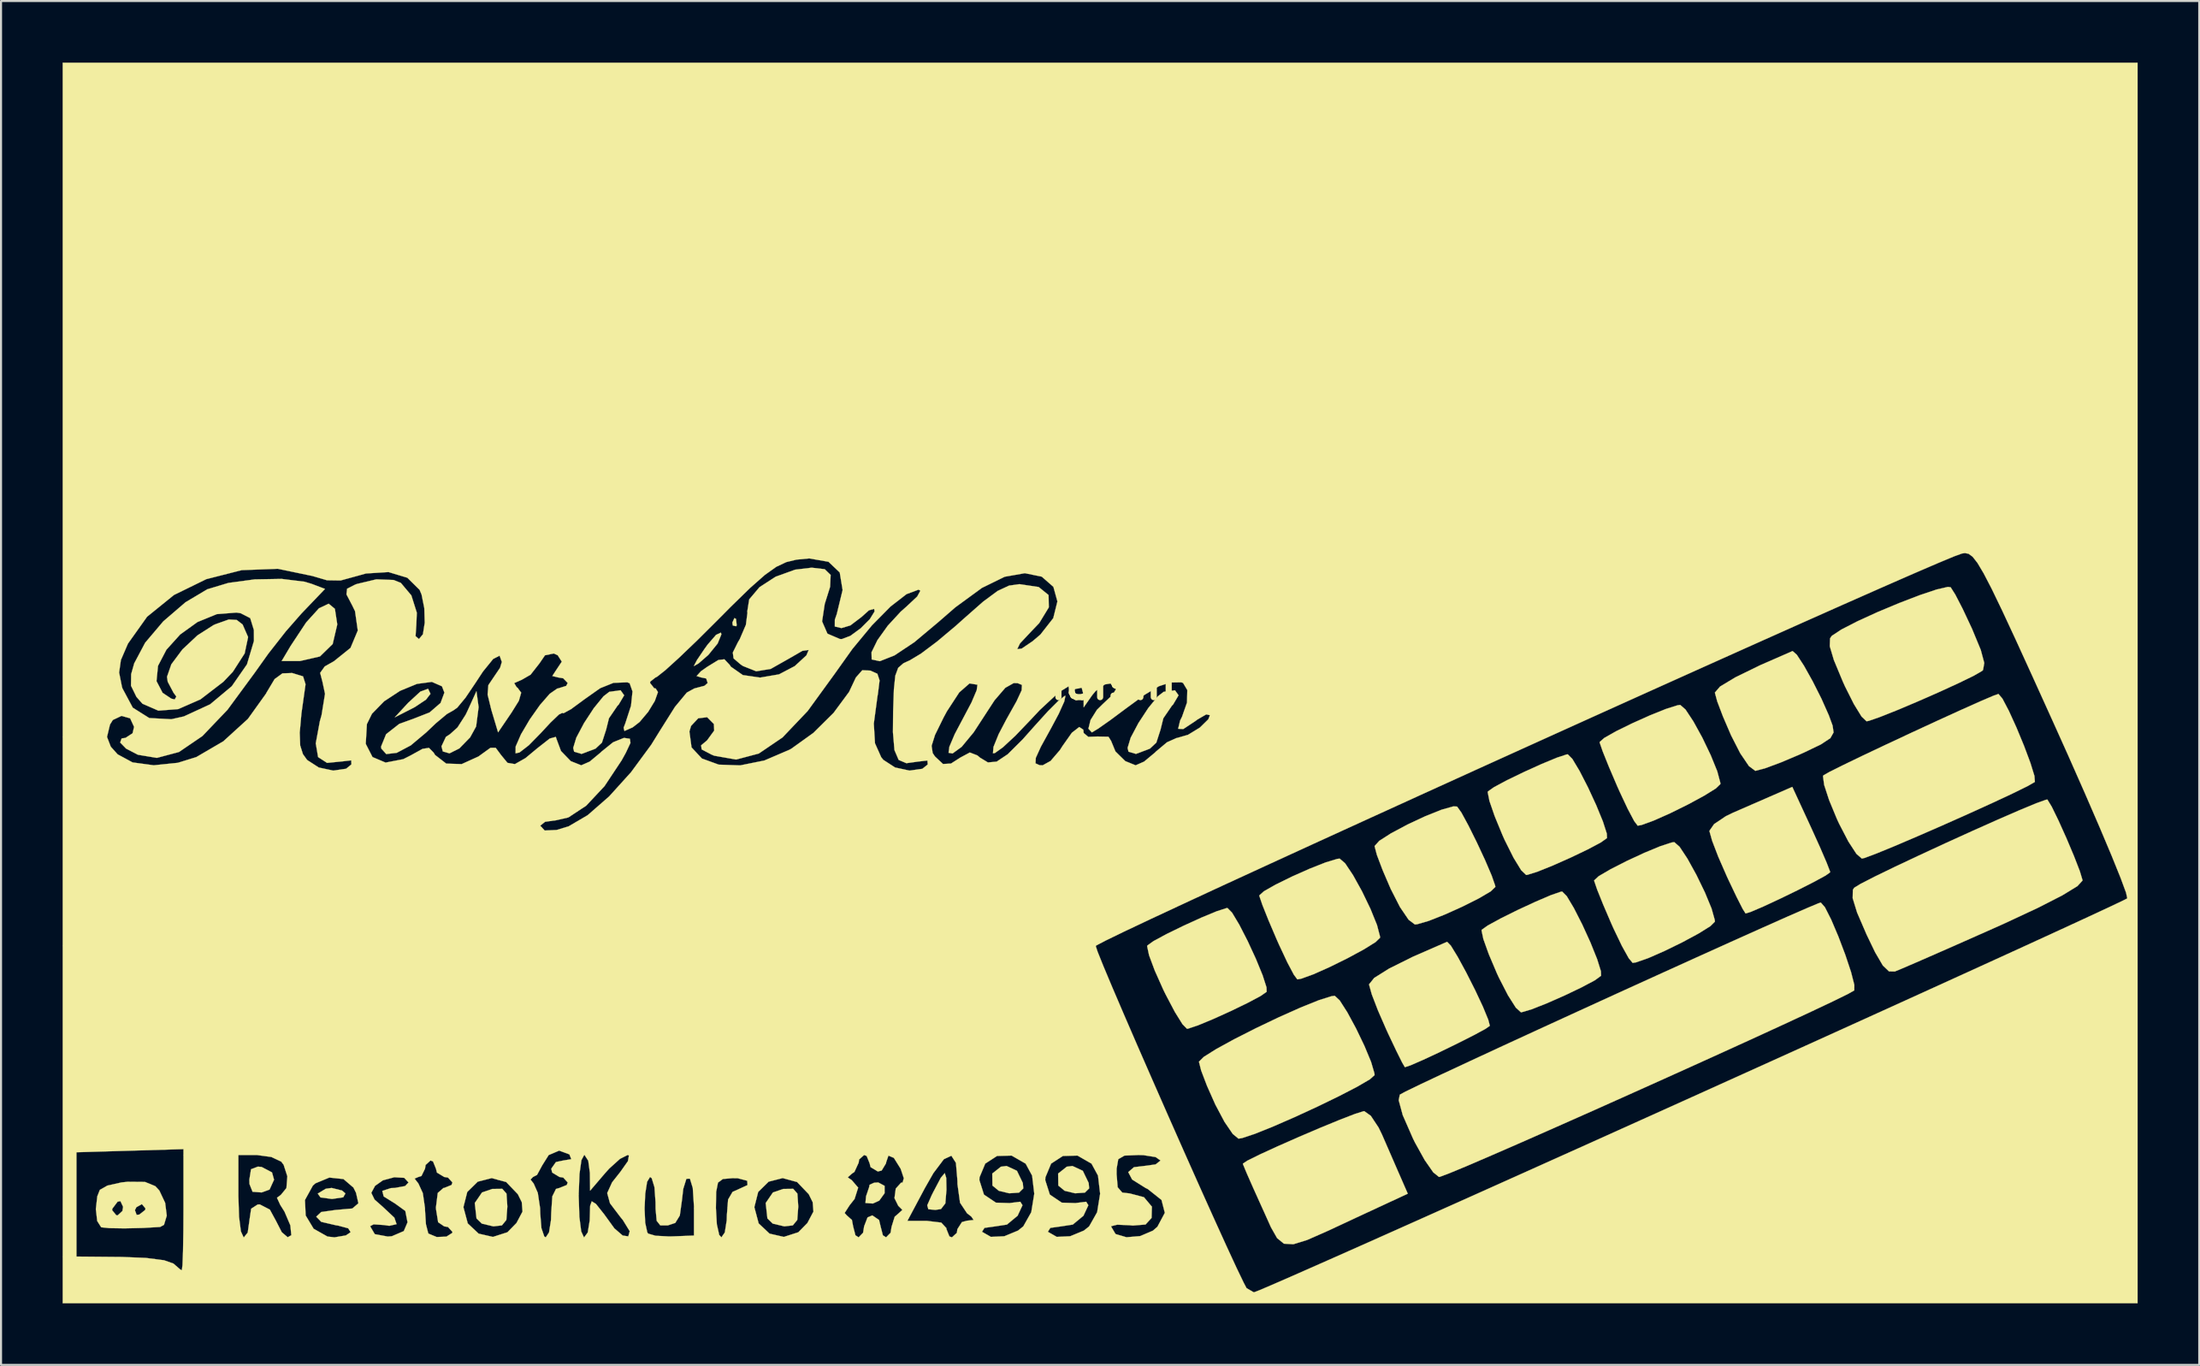
<source format=kicad_pcb>
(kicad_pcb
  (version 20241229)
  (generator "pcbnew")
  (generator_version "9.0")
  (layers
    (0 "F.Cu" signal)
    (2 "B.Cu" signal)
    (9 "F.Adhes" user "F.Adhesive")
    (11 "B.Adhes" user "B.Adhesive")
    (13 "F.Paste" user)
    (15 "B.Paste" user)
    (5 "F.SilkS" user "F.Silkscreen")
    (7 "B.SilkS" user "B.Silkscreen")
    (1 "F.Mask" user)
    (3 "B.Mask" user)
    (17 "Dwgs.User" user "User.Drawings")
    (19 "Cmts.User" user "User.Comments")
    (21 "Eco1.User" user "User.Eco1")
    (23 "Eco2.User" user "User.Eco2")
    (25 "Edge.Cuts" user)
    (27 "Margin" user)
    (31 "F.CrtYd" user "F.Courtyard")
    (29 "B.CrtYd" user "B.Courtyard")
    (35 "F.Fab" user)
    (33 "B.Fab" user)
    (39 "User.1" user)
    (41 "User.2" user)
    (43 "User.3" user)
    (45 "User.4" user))
  (footprint "meishi"
    (layer "F.Cu")
    (at 50.538 30.218)
    (property "Reference" "meishi" (at 0 0 0) (layer "F.SilkS") (effects (font (size 1.524 1.524) (thickness 0.3))))
    (attr through_hole)
    (fp_poly (pts (xy -17.735 -3.119) (xy -17.703 -2.802) (xy -17.735 -2.763) (xy -17.894 -2.8) (xy -17.914 -2.941) (xy -17.816 -3.161) (xy -17.735 -3.119)) (stroke (width 0.01) (type solid)) (fill yes) (layer "F.SilkS"))
    (fp_poly (pts (xy -32.619 0.528) (xy -32.835 0.809) (xy -33.366 1.165) (xy -33.488 1.23) (xy -34.357 1.672) (xy -33.709 0.97) (xy -33.113 0.421) (xy -32.736 0.283) (xy -32.619 0.528)) (stroke (width 0.01) (type solid)) (fill yes) (layer "F.SilkS"))
    (fp_poly (pts (xy -40.841 23.577) (xy -40.338 23.842) (xy -40.239 24.197) (xy -40.457 24.675) (xy -40.841 24.817) (xy -41.286 24.784) (xy -41.435 24.41) (xy -41.442 24.197) (xy -41.36 23.686) (xy -41.023 23.559) (xy -40.841 23.577)) (stroke (width 0.01) (type solid)) (fill yes) (layer "F.SilkS"))
    (fp_poly (pts (xy -36.926 24.724) (xy -36.763 24.865) (xy -36.869 25.054) (xy -37.392 25.132) (xy -37.432 25.133) (xy -37.975 25.061) (xy -38.107 24.878) (xy -38.1 24.865) (xy -37.722 24.638) (xy -37.432 24.598) (xy -36.926 24.724)) (stroke (width 0.01) (type solid)) (fill yes) (layer "F.SilkS"))
    (fp_poly (pts (xy -10.5 24.495) (xy -10.5 24.856) (xy -10.758 25.214) (xy -11.071 25.357) (xy -11.432 25.33) (xy -11.402 25.004) (xy -11.254 24.565) (xy -11.229 24.442) (xy -11.01 24.344) (xy -10.809 24.331) (xy -10.5 24.495)) (stroke (width 0.01) (type solid)) (fill yes) (layer "F.SilkS"))
    (fp_poly (pts (xy -7.497 24.108) (xy -7.486 24.687) (xy -7.54 25.35) (xy -7.753 25.626) (xy -8.028 25.667) (xy -8.368 25.635) (xy -8.422 25.444) (xy -8.206 24.953) (xy -8.128 24.798) (xy -7.76 24.101) (xy -7.569 23.875) (xy -7.497 24.108)) (stroke (width 0.01) (type solid)) (fill yes) (layer "F.SilkS"))
    (fp_poly (pts (xy -4.053 23.763) (xy -3.767 24.354) (xy -3.743 24.62) (xy -3.953 24.826) (xy -4.428 24.858) (xy -4.935 24.737) (xy -5.243 24.484) (xy -5.246 24.477) (xy -5.254 23.897) (xy -4.835 23.564) (xy -4.558 23.528) (xy -4.053 23.763)) (stroke (width 0.01) (type solid)) (fill yes) (layer "F.SilkS"))
    (fp_poly (pts (xy -0.844 23.763) (xy -0.559 24.354) (xy -0.535 24.62) (xy -0.745 24.826) (xy -1.219 24.858) (xy -1.727 24.737) (xy -2.034 24.484) (xy -2.037 24.477) (xy -2.046 23.897) (xy -1.626 23.564) (xy -1.35 23.528) (xy -0.844 23.763)) (stroke (width 0.01) (type solid)) (fill yes) (layer "F.SilkS"))
    (fp_poly (pts (xy -37.276 -3.612) (xy -37.164 -2.881) (xy -37.164 -2.833) (xy -37.383 -1.897) (xy -38.004 -1.292) (xy -38.972 -1.07) (xy -39.005 -1.069) (xy -39.868 -1.069) (xy -39.431 -1.805) (xy -38.675 -2.948) (xy -38.051 -3.637) (xy -37.579 -3.861) (xy -37.276 -3.612)) (stroke (width 0.01) (type solid)) (fill yes) (layer "F.SilkS"))
    (fp_poly (pts (xy -28.917 24.873) (xy -28.876 25.49) (xy -28.876 25.516) (xy -28.923 26.156) (xy -29.139 26.421) (xy -29.553 26.469) (xy -30.12 26.334) (xy -30.377 26.084) (xy -30.462 25.332) (xy -30.109 24.817) (xy -29.609 24.647) (xy -29.121 24.641) (xy -28.917 24.873)) (stroke (width 0.01) (type solid)) (fill yes) (layer "F.SilkS"))
    (fp_poly (pts (xy -18.448 -2.371) (xy -18.631 -1.922) (xy -19.074 -1.378) (xy -19.117 -1.337) (xy -19.559 -0.954) (xy -19.78 -0.826) (xy -19.785 -0.837) (xy -19.641 -1.112) (xy -19.28 -1.647) (xy -19.117 -1.872) (xy -18.71 -2.342) (xy -18.476 -2.453) (xy -18.448 -2.371)) (stroke (width 0.01) (type solid)) (fill yes) (layer "F.SilkS"))
    (fp_poly (pts (xy -14.747 24.873) (xy -14.705 25.49) (xy -14.705 25.516) (xy -14.753 26.156) (xy -14.969 26.421) (xy -15.382 26.469) (xy -15.949 26.334) (xy -16.207 26.084) (xy -16.291 25.332) (xy -15.938 24.817) (xy -15.438 24.647) (xy -14.95 24.641) (xy -14.747 24.873)) (stroke (width 0.01) (type solid)) (fill yes) (layer "F.SilkS"))
    (fp_poly (pts (xy -30.275 1.177) (xy -30.396 2.119) (xy -30.687 2.648) (xy -31.211 3.186) (xy -31.694 3.428) (xy -32.018 3.335) (xy -32.084 3.086) (xy -31.867 2.625) (xy -31.673 2.499) (xy -31.304 2.168) (xy -30.905 1.545) (xy -30.821 1.371) (xy -30.38 0.401) (xy -30.275 1.177)) (stroke (width 0.01) (type solid)) (fill yes) (layer "F.SilkS"))
    (fp_poly (pts (xy -23.184 0.601) (xy -23.454 1.055) (xy -23.508 1.108) (xy -23.926 1.72) (xy -24.063 2.274) (xy -24.267 2.905) (xy -24.58 3.199) (xy -25.259 3.455) (xy -25.621 3.349) (xy -25.667 3.165) (xy -25.516 2.665) (xy -25.141 1.957) (xy -24.661 1.224) (xy -24.193 0.65) (xy -23.912 0.432) (xy -23.36 0.355) (xy -23.184 0.601)) (stroke (width 0.01) (type solid)) (fill yes) (layer "F.SilkS"))
    (fp_poly (pts (xy 3.82 0.601) (xy 3.551 1.055) (xy 3.496 1.108) (xy 3.078 1.72) (xy 2.941 2.274) (xy 2.737 2.905) (xy 2.424 3.199) (xy 1.746 3.455) (xy 1.383 3.349) (xy 1.337 3.165) (xy 1.488 2.665) (xy 1.863 1.957) (xy 2.343 1.224) (xy 2.811 0.65) (xy 3.092 0.432) (xy 3.644 0.355) (xy 3.82 0.601)) (stroke (width 0.01) (type solid)) (fill yes) (layer "F.SilkS"))
    (fp_poly (pts (xy 33.932 -1.378) (xy 34.281 -0.844) (xy 34.705 -0.086) (xy 35.133 0.763) (xy 35.493 1.572) (xy 35.678 2.075) (xy 35.726 2.41) (xy 35.569 2.688) (xy 35.113 2.99) (xy 34.268 3.396) (xy 34.083 3.479) (xy 33.154 3.872) (xy 32.383 4.158) (xy 31.926 4.277) (xy 31.909 4.278) (xy 31.601 4.046) (xy 31.181 3.427) (xy 30.731 2.546) (xy 30.34 1.637) (xy 30.058 0.895) (xy 29.945 0.475) (xy 29.945 0.466) (xy 30.197 0.174) (xy 30.94 -0.274) (xy 32.158 -0.868) (xy 33.729 -1.555) (xy 33.932 -1.378)) (stroke (width 0.01) (type solid)) (fill yes) (layer "F.SilkS"))
    (fp_poly (pts (xy 17.084 12.796) (xy 17.416 13.339) (xy 17.832 14.104) (xy 18.264 14.958) (xy 18.644 15.768) (xy 18.905 16.402) (xy 18.983 16.7) (xy 18.763 16.853) (xy 18.191 17.162) (xy 17.405 17.559) (xy 16.541 17.98) (xy 15.734 18.357) (xy 15.121 18.624) (xy 14.845 18.716) (xy 14.713 18.492) (xy 14.419 17.901) (xy 14.021 17.06) (xy 13.943 16.89) (xy 13.534 15.953) (xy 13.234 15.174) (xy 13.103 14.706) (xy 13.101 14.677) (xy 13.35 14.367) (xy 14.074 13.913) (xy 15.238 13.334) (xy 16.809 12.648) (xy 16.903 12.609) (xy 17.084 12.796)) (stroke (width 0.01) (type solid)) (fill yes) (layer "F.SilkS"))
    (fp_poly (pts (xy 34.637 7.059) (xy 35.063 8) (xy 35.385 8.747) (xy 35.55 9.174) (xy 35.56 9.222) (xy 35.339 9.38) (xy 34.768 9.691) (xy 33.982 10.09) (xy 33.119 10.51) (xy 32.315 10.884) (xy 31.706 11.145) (xy 31.441 11.229) (xy 31.299 11.006) (xy 30.999 10.414) (xy 30.598 9.573) (xy 30.52 9.403) (xy 30.111 8.468) (xy 29.813 7.692) (xy 29.682 7.227) (xy 29.681 7.198) (xy 29.907 6.873) (xy 30.478 6.49) (xy 30.817 6.325) (xy 31.745 5.921) (xy 32.642 5.53) (xy 32.833 5.447) (xy 33.715 5.062) (xy 34.637 7.059)) (stroke (width 0.01) (type solid)) (fill yes) (layer "F.SilkS"))
    (fp_poly (pts (xy 17.389 6.022) (xy 17.598 6.315) (xy 17.942 6.949) (xy 18.351 7.773) (xy 18.752 8.634) (xy 19.072 9.382) (xy 19.24 9.865) (xy 19.251 9.934) (xy 19.025 10.152) (xy 18.443 10.494) (xy 17.65 10.892) (xy 16.79 11.279) (xy 16.005 11.589) (xy 15.44 11.753) (xy 15.332 11.764) (xy 15.025 11.533) (xy 14.604 10.913) (xy 14.154 10.032) (xy 13.763 9.122) (xy 13.481 8.377) (xy 13.369 7.953) (xy 13.368 7.945) (xy 13.595 7.691) (xy 14.178 7.318) (xy 14.975 6.894) (xy 15.84 6.49) (xy 16.632 6.173) (xy 17.205 6.012) (xy 17.389 6.022)) (stroke (width 0.01) (type solid)) (fill yes) (layer "F.SilkS"))
    (fp_poly (pts (xy 6.426 11.188) (xy 6.775 11.77) (xy 7.184 12.567) (xy 7.586 13.437) (xy 7.914 14.237) (xy 8.103 14.825) (xy 8.112 15.042) (xy 7.819 15.247) (xy 7.185 15.584) (xy 6.361 15.983) (xy 5.502 16.372) (xy 4.76 16.68) (xy 4.288 16.837) (xy 4.23 16.844) (xy 4.01 16.62) (xy 3.64 16.025) (xy 3.192 15.175) (xy 3.073 14.932) (xy 2.66 14.007) (xy 2.383 13.263) (xy 2.291 12.831) (xy 2.301 12.787) (xy 2.6 12.573) (xy 3.24 12.228) (xy 4.069 11.823) (xy 4.932 11.43) (xy 5.677 11.121) (xy 6.151 10.968) (xy 6.203 10.962) (xy 6.426 11.188)) (stroke (width 0.01) (type solid)) (fill yes) (layer "F.SilkS"))
    (fp_poly (pts (xy 11.931 8.781) (xy 12.318 9.36) (xy 12.756 10.15) (xy 13.169 11.007) (xy 13.486 11.789) (xy 13.633 12.352) (xy 13.636 12.409) (xy 13.413 12.625) (xy 12.838 12.982) (xy 12.049 13.408) (xy 11.186 13.834) (xy 10.388 14.19) (xy 9.793 14.405) (xy 9.607 14.439) (xy 9.436 14.211) (xy 9.118 13.609) (xy 8.715 12.75) (xy 8.603 12.499) (xy 8.203 11.562) (xy 7.904 10.813) (xy 7.759 10.388) (xy 7.753 10.349) (xy 7.979 10.145) (xy 8.56 9.816) (xy 9.352 9.427) (xy 10.21 9.046) (xy 10.991 8.738) (xy 11.55 8.57) (xy 11.667 8.556) (xy 11.931 8.781)) (stroke (width 0.01) (type solid)) (fill yes) (layer "F.SilkS"))
    (fp_poly (pts (xy 13.184 21.084) (xy 13.563 21.655) (xy 13.728 21.994) (xy 14.131 22.919) (xy 14.519 23.811) (xy 14.603 24.002) (xy 14.985 24.877) (xy 12.456 26.051) (xy 11.069 26.698) (xy 10.084 27.132) (xy 9.409 27.34) (xy 8.951 27.313) (xy 8.619 27.041) (xy 8.32 26.513) (xy 7.963 25.719) (xy 7.881 25.539) (xy 7.457 24.599) (xy 7.134 23.866) (xy 6.965 23.458) (xy 6.952 23.414) (xy 7.18 23.264) (xy 7.787 22.964) (xy 8.656 22.565) (xy 9.67 22.118) (xy 10.712 21.673) (xy 11.664 21.282) (xy 12.409 20.994) (xy 12.831 20.861) (xy 12.866 20.857) (xy 13.184 21.084)) (stroke (width 0.01) (type solid)) (fill yes) (layer "F.SilkS"))
    (fp_poly (pts (xy 22.73 10.386) (xy 23.079 10.971) (xy 23.486 11.771) (xy 23.884 12.644) (xy 24.208 13.449) (xy 24.393 14.042) (xy 24.4 14.263) (xy 24.099 14.482) (xy 23.454 14.825) (xy 22.621 15.223) (xy 21.754 15.605) (xy 21.007 15.9) (xy 20.535 16.038) (xy 20.496 16.041) (xy 20.247 15.813) (xy 19.865 15.211) (xy 19.424 14.353) (xy 19.323 14.134) (xy 18.931 13.21) (xy 18.667 12.474) (xy 18.579 12.058) (xy 18.588 12.022) (xy 18.882 11.813) (xy 19.517 11.467) (xy 20.341 11.058) (xy 21.204 10.658) (xy 21.952 10.338) (xy 22.436 10.17) (xy 22.505 10.16) (xy 22.73 10.386)) (stroke (width 0.01) (type solid)) (fill yes) (layer "F.SilkS"))
    (fp_poly (pts (xy 23.003 3.702) (xy 23.352 4.284) (xy 23.761 5.081) (xy 24.163 5.951) (xy 24.491 6.75) (xy 24.68 7.338) (xy 24.689 7.555) (xy 24.387 7.77) (xy 23.742 8.112) (xy 22.907 8.511) (xy 22.037 8.897) (xy 21.285 9.199) (xy 20.806 9.347) (xy 20.751 9.352) (xy 20.51 9.122) (xy 20.139 8.516) (xy 19.707 7.653) (xy 19.604 7.424) (xy 19.22 6.492) (xy 18.963 5.747) (xy 18.879 5.323) (xy 18.889 5.284) (xy 19.184 5.076) (xy 19.82 4.736) (xy 20.646 4.336) (xy 21.507 3.946) (xy 22.251 3.638) (xy 22.724 3.482) (xy 22.78 3.476) (xy 23.003 3.702)) (stroke (width 0.01) (type solid)) (fill yes) (layer "F.SilkS"))
    (fp_poly (pts (xy 28.224 7.978) (xy 28.606 8.556) (xy 29.042 9.345) (xy 29.458 10.202) (xy 29.782 10.985) (xy 29.94 11.55) (xy 29.945 11.628) (xy 29.722 11.848) (xy 29.146 12.206) (xy 28.357 12.631) (xy 27.494 13.053) (xy 26.699 13.402) (xy 26.109 13.608) (xy 25.94 13.636) (xy 25.749 13.409) (xy 25.415 12.808) (xy 25.004 11.951) (xy 24.905 11.73) (xy 24.506 10.801) (xy 24.209 10.062) (xy 24.068 9.649) (xy 24.063 9.616) (xy 24.287 9.41) (xy 24.864 9.073) (xy 25.651 8.672) (xy 26.504 8.276) (xy 27.282 7.953) (xy 27.839 7.771) (xy 27.967 7.754) (xy 28.224 7.978)) (stroke (width 0.01) (type solid)) (fill yes) (layer "F.SilkS"))
    (fp_poly (pts (xy 28.514 1.294) (xy 28.897 1.873) (xy 29.331 2.662) (xy 29.742 3.519) (xy 30.059 4.299) (xy 30.209 4.86) (xy 30.213 4.923) (xy 29.99 5.139) (xy 29.415 5.495) (xy 28.626 5.922) (xy 27.763 6.348) (xy 26.964 6.703) (xy 26.37 6.919) (xy 26.184 6.952) (xy 26.013 6.725) (xy 25.695 6.123) (xy 25.291 5.263) (xy 25.18 5.013) (xy 24.78 4.077) (xy 24.481 3.334) (xy 24.336 2.914) (xy 24.33 2.877) (xy 24.555 2.678) (xy 25.135 2.35) (xy 25.926 1.962) (xy 26.784 1.577) (xy 27.565 1.264) (xy 28.126 1.087) (xy 28.256 1.069) (xy 28.514 1.294)) (stroke (width 0.01) (type solid)) (fill yes) (layer "F.SilkS"))
    (fp_poly (pts (xy 11.669 15.463) (xy 12.039 16.041) (xy 12.465 16.828) (xy 12.875 17.682) (xy 13.198 18.459) (xy 13.361 19.015) (xy 13.368 19.102) (xy 13.14 19.306) (xy 12.527 19.664) (xy 11.639 20.124) (xy 10.586 20.635) (xy 9.478 21.146) (xy 8.423 21.606) (xy 7.533 21.964) (xy 6.916 22.168) (xy 6.74 22.197) (xy 6.461 21.969) (xy 6.057 21.377) (xy 5.616 20.546) (xy 5.604 20.521) (xy 5.204 19.621) (xy 4.92 18.875) (xy 4.813 18.448) (xy 5.042 18.218) (xy 5.654 17.833) (xy 6.541 17.347) (xy 7.593 16.814) (xy 8.701 16.285) (xy 9.756 15.814) (xy 10.649 15.454) (xy 11.271 15.258) (xy 11.427 15.238) (xy 11.669 15.463)) (stroke (width 0.01) (type solid)) (fill yes) (layer "F.SilkS"))
    (fp_poly (pts (xy 41.429 -4.662) (xy 41.654 -4.307) (xy 42.016 -3.606) (xy 42.439 -2.705) (xy 42.476 -2.624) (xy 42.896 -1.61) (xy 43.066 -0.975) (xy 43.007 -0.634) (xy 42.961 -0.587) (xy 42.562 -0.356) (xy 41.819 0.006) (xy 40.861 0.445) (xy 39.815 0.905) (xy 38.81 1.329) (xy 37.975 1.661) (xy 37.439 1.846) (xy 37.331 1.866) (xy 37.089 1.636) (xy 36.716 1.029) (xy 36.282 0.166) (xy 36.175 -0.072) (xy 35.74 -1.118) (xy 35.541 -1.788) (xy 35.555 -2.175) (xy 35.64 -2.296) (xy 36.111 -2.606) (xy 36.896 -3.009) (xy 37.873 -3.455) (xy 38.923 -3.894) (xy 39.924 -4.278) (xy 40.755 -4.556) (xy 41.296 -4.68) (xy 41.429 -4.662)) (stroke (width 0.01) (type solid)) (fill yes) (layer "F.SilkS"))
    (fp_poly (pts (xy 43.951 0.763) (xy 44.262 1.354) (xy 44.632 2.166) (xy 45.002 3.06) (xy 45.314 3.894) (xy 45.51 4.528) (xy 45.532 4.82) (xy 45.194 5.015) (xy 44.473 5.37) (xy 43.47 5.839) (xy 42.287 6.377) (xy 41.025 6.939) (xy 39.787 7.479) (xy 38.674 7.954) (xy 37.788 8.317) (xy 37.231 8.524) (xy 37.103 8.554) (xy 36.84 8.326) (xy 36.447 7.723) (xy 36 6.863) (xy 35.892 6.631) (xy 35.508 5.704) (xy 35.267 4.964) (xy 35.211 4.541) (xy 35.231 4.5) (xy 35.519 4.336) (xy 36.194 3.999) (xy 37.157 3.534) (xy 38.311 2.988) (xy 39.558 2.405) (xy 40.8 1.831) (xy 41.939 1.312) (xy 42.877 0.893) (xy 43.518 0.619) (xy 43.757 0.535) (xy 43.951 0.763)) (stroke (width 0.01) (type solid)) (fill yes) (layer "F.SilkS"))
    (fp_poly (pts (xy 46.353 6.028) (xy 46.685 6.709) (xy 47.07 7.565) (xy 47.438 8.437) (xy 47.721 9.168) (xy 47.85 9.598) (xy 47.852 9.625) (xy 47.602 9.897) (xy 46.873 10.342) (xy 45.685 10.95) (xy 44.063 11.707) (xy 43.508 11.956) (xy 42.072 12.593) (xy 40.783 13.161) (xy 39.73 13.621) (xy 39.002 13.934) (xy 38.706 14.055) (xy 38.425 14.049) (xy 38.127 13.764) (xy 37.751 13.121) (xy 37.336 12.259) (xy 36.871 11.182) (xy 36.656 10.482) (xy 36.666 10.076) (xy 36.73 9.976) (xy 37.042 9.785) (xy 37.734 9.43) (xy 38.717 8.953) (xy 39.899 8.396) (xy 41.189 7.799) (xy 42.496 7.205) (xy 43.728 6.656) (xy 44.796 6.192) (xy 45.606 5.856) (xy 46.07 5.689) (xy 46.142 5.681) (xy 46.353 6.028)) (stroke (width 0.01) (type solid)) (fill yes) (layer "F.SilkS"))
    (fp_poly (pts (xy -46.527 24.304) (xy -46.024 24.51) (xy -45.826 24.724) (xy -45.543 25.325) (xy -45.465 25.947) (xy -45.599 26.394) (xy -45.787 26.498) (xy -46.633 26.547) (xy -47.524 26.567) (xy -48.266 26.555) (xy -48.659 26.514) (xy -48.853 26.209) (xy -48.912 25.683) (xy -48.126 25.683) (xy -47.922 25.928) (xy -47.859 25.935) (xy -47.624 25.717) (xy -47.618 25.681) (xy -47.017 25.681) (xy -46.933 25.909) (xy -46.803 25.895) (xy -46.516 25.67) (xy -46.502 25.594) (xy -46.676 25.386) (xy -46.944 25.536) (xy -47.017 25.681) (xy -47.618 25.681) (xy -47.592 25.518) (xy -47.721 25.241) (xy -47.859 25.266) (xy -48.116 25.608) (xy -48.126 25.683) (xy -48.912 25.683) (xy -48.919 25.625) (xy -48.848 25.003) (xy -48.724 24.69) (xy -48.355 24.482) (xy -47.665 24.328) (xy -47.363 24.297) (xy -46.527 24.304)) (stroke (width 0.01) (type solid)) (fill yes) (layer "F.SilkS"))
    (fp_poly (pts (xy 35.305 10.926) (xy 35.609 11.525) (xy 35.958 12.347) (xy 36.299 13.248) (xy 36.577 14.083) (xy 36.737 14.709) (xy 36.734 14.975) (xy 36.432 15.146) (xy 35.705 15.503) (xy 34.618 16.017) (xy 33.233 16.66) (xy 31.615 17.403) (xy 29.826 18.217) (xy 27.931 19.074) (xy 25.992 19.946) (xy 24.075 20.804) (xy 22.241 21.618) (xy 20.555 22.362) (xy 19.08 23.005) (xy 17.88 23.521) (xy 17.018 23.879) (xy 16.558 24.052) (xy 16.506 24.063) (xy 16.226 23.838) (xy 15.811 23.242) (xy 15.34 22.394) (xy 15.239 22.19) (xy 14.74 21.051) (xy 14.543 20.323) (xy 14.598 20.053) (xy 14.876 19.903) (xy 15.579 19.562) (xy 16.643 19.06) (xy 18.007 18.424) (xy 19.608 17.682) (xy 21.385 16.864) (xy 23.274 15.998) (xy 25.214 15.111) (xy 27.143 14.234) (xy 28.997 13.393) (xy 30.716 12.617) (xy 32.236 11.935) (xy 33.495 11.375) (xy 34.432 10.966) (xy 34.983 10.735) (xy 35.104 10.695) (xy 35.305 10.926)) (stroke (width 0.01) (type solid)) (fill yes) (layer "F.SilkS"))
    (fp_poly (pts (xy 50.533 30.213) (xy -50.533 30.213) (xy -50.533 22.86) (xy -49.864 22.86) (xy -49.864 27.94) (xy -47.653 27.959) (xy -46.474 28.007) (xy -45.598 28.12) (xy -45.138 28.282) (xy -45.127 28.293) (xy -44.811 28.567) (xy -44.731 28.608) (xy -44.699 28.359) (xy -44.673 27.683) (xy -44.656 26.687) (xy -44.651 25.658) (xy -44.651 22.994) (xy -41.977 22.994) (xy -41.977 24.999) (xy -41.944 26.009) (xy -41.854 26.714) (xy -41.722 27.002) (xy -41.709 27.004) (xy -41.522 26.772) (xy -41.442 26.212) (xy -41.442 26.202) (xy -41.354 25.61) (xy -41.037 25.405) (xy -40.934 25.4) (xy -40.444 25.653) (xy -40.145 26.202) (xy -39.862 26.755) (xy -39.574 26.999) (xy -39.397 26.901) (xy -39.444 26.428) (xy -39.452 26.403) (xy -39.73 25.752) (xy -39.937 25.423) (xy -40.047 25.184) (xy -38.734 25.184) (xy -38.699 25.939) (xy -38.31 26.586) (xy -37.636 26.965) (xy -37.295 27.004) (xy -36.741 26.91) (xy -36.506 26.754) (xy -36.628 26.563) (xy -37.004 26.462) (xy -35.56 26.462) (xy -35.332 26.849) (xy -34.701 26.965) (xy -34.501 26.95) (xy -33.919 26.7) (xy -33.737 26.272) (xy -33.845 25.718) (xy -34.339 25.36) (xy -34.898 25.012) (xy -34.967 24.742) (xy -34.545 24.605) (xy -34.357 24.598) (xy -33.854 24.506) (xy -33.688 24.331) (xy -33.863 24.142) (xy -33.393 24.142) (xy -33.207 24.384) (xy -32.992 24.852) (xy -32.888 25.574) (xy -32.886 25.676) (xy -32.841 26.365) (xy -32.731 26.795) (xy -32.708 26.826) (xy -32.316 26.988) (xy -31.842 26.969) (xy -31.559 26.789) (xy -31.549 26.737) (xy -31.766 26.5) (xy -31.951 26.469) (xy -32.247 26.267) (xy -32.351 25.619) (xy -32.352 25.534) (xy -31.015 25.534) (xy -30.803 26.326) (xy -30.273 26.824) (xy -29.578 26.983) (xy -28.872 26.757) (xy -28.43 26.305) (xy -28.136 25.75) (xy -28.171 25.293) (xy -28.365 24.901) (xy -28.933 24.309) (xy -29.374 24.189) (xy -27.746 24.189) (xy -27.592 24.384) (xy -27.392 24.837) (xy -27.28 25.581) (xy -27.272 25.855) (xy -27.216 26.553) (xy -27.077 26.961) (xy -27.004 27.004) (xy -26.845 26.765) (xy -26.749 26.161) (xy -26.737 25.801) (xy -26.684 25.008) (xy -26.68 24.999) (xy -25.4 24.999) (xy -25.367 26.009) (xy -25.277 26.714) (xy -25.145 27.002) (xy -25.133 27.004) (xy -24.959 26.768) (xy -24.863 26.182) (xy -24.857 26.002) (xy -24.842 25.468) (xy -24.764 25.249) (xy -24.559 25.376) (xy -24.158 25.881) (xy -23.662 26.566) (xy -23.258 26.915) (xy -22.984 26.957) (xy -22.914 26.705) (xy -23.247 26.163) (xy -23.364 26.02) (xy -23.679 25.605) (xy -22.191 25.605) (xy -22.16 26.296) (xy -22.059 26.759) (xy -22.017 26.822) (xy -21.659 26.926) (xy -20.993 26.961) (xy -20.814 26.957) (xy -19.785 26.917) (xy -19.785 25.574) (xy -18.716 25.574) (xy -18.671 26.367) (xy -18.555 26.886) (xy -18.448 27.004) (xy -18.283 26.767) (xy -18.189 26.172) (xy -18.181 25.91) (xy -18.152 25.534) (xy -16.844 25.534) (xy -16.633 26.326) (xy -16.102 26.824) (xy -15.407 26.983) (xy -14.702 26.757) (xy -14.259 26.305) (xy -14.002 25.818) (xy -12.446 25.818) (xy -12.34 25.935) (xy -12.09 26.158) (xy -12.032 26.469) (xy -11.92 26.904) (xy -11.764 27.004) (xy -11.547 26.78) (xy -11.497 26.469) (xy -11.33 26.034) (xy -11.096 25.935) (xy -10.769 26.158) (xy -10.695 26.469) (xy -10.583 26.904) (xy -10.427 27.004) (xy -10.207 26.781) (xy -10.16 26.492) (xy -10.07 26.202) (xy -9.389 26.202) (xy -8.438 26.202) (xy -7.739 26.286) (xy -7.489 26.556) (xy -7.486 26.603) (xy -7.342 26.959) (xy -7.219 27.004) (xy -6.982 26.788) (xy -6.952 26.603) (xy -6.732 26.26) (xy -6.484 26.194) (xy -6.162 26.159) (xy -6.274 25.993) (xy -6.484 25.83) (xy -6.824 25.319) (xy -6.949 24.414) (xy -6.952 24.234) (xy -6.953 24.218) (xy -5.882 24.218) (xy -5.659 24.923) (xy -5.074 25.315) (xy -4.413 25.335) (xy -3.889 25.27) (xy -3.782 25.44) (xy -4.02 25.952) (xy -4.54 26.382) (xy -5.105 26.469) (xy -5.634 26.543) (xy -5.753 26.73) (xy -5.748 26.737) (xy -5.322 26.981) (xy -4.668 26.951) (xy -4 26.675) (xy -3.743 26.469) (xy -3.355 25.78) (xy -3.208 24.878) (xy -3.287 24.218) (xy -2.674 24.218) (xy -2.45 24.923) (xy -1.866 25.315) (xy -1.205 25.335) (xy -0.68 25.27) (xy -0.574 25.44) (xy -0.812 25.952) (xy -1.332 26.382) (xy -1.897 26.469) (xy -2.426 26.543) (xy -2.544 26.73) (xy -2.54 26.737) (xy -2.114 26.981) (xy -1.46 26.951) (xy -0.792 26.675) (xy -0.546 26.479) (xy 0.535 26.479) (xy 0.751 26.843) (xy 1.282 26.999) (xy 1.947 26.944) (xy 2.57 26.679) (xy 2.789 26.489) (xy 3.151 25.81) (xy 2.99 25.183) (xy 2.321 24.651) (xy 2.212 24.598) (xy 1.559 24.188) (xy 1.369 23.827) (xy 1.647 23.587) (xy 2.139 23.528) (xy 2.702 23.451) (xy 2.941 23.264) (xy 2.941 23.261) (xy 2.704 23.094) (xy 2.111 23.001) (xy 1.872 22.994) (xy 1.187 23.022) (xy 0.883 23.197) (xy 0.804 23.653) (xy 0.802 23.929) (xy 0.854 24.564) (xy 1.079 24.824) (xy 1.438 24.865) (xy 2.133 25.048) (xy 2.521 25.509) (xy 2.506 26.059) (xy 2.212 26.379) (xy 1.593 26.43) (xy 1.432 26.414) (xy 0.832 26.388) (xy 0.54 26.461) (xy 0.535 26.479) (xy -0.546 26.479) (xy -0.535 26.469) (xy -0.146 25.78) (xy 0.000027 24.878) (xy -0.104 23.997) (xy -0.42 23.414) (xy -1.104 23.021) (xy -1.813 23.04) (xy -2.388 23.413) (xy -2.667 24.082) (xy -2.674 24.218) (xy -3.287 24.218) (xy -3.313 23.997) (xy -3.629 23.414) (xy -4.312 23.021) (xy -5.022 23.04) (xy -5.597 23.413) (xy -5.876 24.082) (xy -5.882 24.218) (xy -6.953 24.218) (xy -7.025 23.375) (xy -7.246 23.029) (xy -7.612 23.198) (xy -8.124 23.879) (xy -8.534 24.598) (xy -9.389 26.202) (xy -10.07 26.202) (xy -10.007 26) (xy -9.826 25.844) (xy -9.632 25.668) (xy -9.835 25.466) (xy -10.018 25.095) (xy -9.955 24.628) (xy -9.696 24.342) (xy -9.622 24.331) (xy -9.563 24.126) (xy -9.717 23.664) (xy -10.048 23.134) (xy -10.312 23.022) (xy -10.427 23.359) (xy -10.427 23.395) (xy -10.641 23.749) (xy -10.828 23.796) (xy -11.183 23.582) (xy -11.229 23.395) (xy -11.374 23.039) (xy -11.497 22.994) (xy -11.738 23.209) (xy -11.764 23.372) (xy -11.969 23.817) (xy -12.098 23.907) (xy -12.295 24.083) (xy -12.098 24.219) (xy -11.786 24.582) (xy -11.961 25.134) (xy -12.207 25.446) (xy -12.446 25.818) (xy -14.002 25.818) (xy -13.965 25.75) (xy -14.001 25.293) (xy -14.195 24.901) (xy -14.763 24.309) (xy -15.464 24.118) (xy -16.147 24.292) (xy -16.657 24.793) (xy -16.844 25.534) (xy -18.152 25.534) (xy -18.123 25.163) (xy -17.905 24.79) (xy -17.646 24.675) (xy -17.175 24.458) (xy -17.191 24.247) (xy -17.651 24.126) (xy -17.914 24.122) (xy -18.377 24.162) (xy -18.615 24.339) (xy -18.703 24.787) (xy -18.716 25.574) (xy -19.785 25.574) (xy -19.785 25.49) (xy -19.843 24.599) (xy -19.982 24.145) (xy -20.154 24.152) (xy -20.307 24.644) (xy -20.371 25.199) (xy -20.474 25.941) (xy -20.695 26.301) (xy -21.055 26.421) (xy -21.424 26.422) (xy -21.601 26.198) (xy -21.654 25.62) (xy -21.657 25.285) (xy -21.709 24.561) (xy -21.842 24.123) (xy -21.924 24.063) (xy -22.067 24.298) (xy -22.158 24.875) (xy -22.191 25.605) (xy -23.679 25.605) (xy -23.875 25.345) (xy -24.011 24.848) (xy -23.772 24.323) (xy -23.371 23.816) (xy -23.002 23.293) (xy -22.953 23.015) (xy -23.017 22.994) (xy -23.389 23.182) (xy -23.912 23.654) (xy -24.1 23.863) (xy -24.844 24.732) (xy -24.854 23.863) (xy -24.934 23.271) (xy -25.113 22.996) (xy -25.133 22.994) (xy -25.267 23.243) (xy -25.361 23.916) (xy -25.4 24.905) (xy -25.4 24.999) (xy -26.68 24.999) (xy -26.506 24.647) (xy -26.336 24.598) (xy -25.98 24.454) (xy -25.935 24.331) (xy -26.151 24.093) (xy -26.336 24.063) (xy -26.69 23.849) (xy -26.737 23.662) (xy -26.509 23.337) (xy -26.149 23.261) (xy -25.76 23.197) (xy -25.848 22.973) (xy -25.863 22.958) (xy -26.35 22.779) (xy -26.861 22.996) (xy -27.193 23.524) (xy -27.194 23.53) (xy -27.429 23.963) (xy -27.624 24.063) (xy -27.746 24.189) (xy -29.374 24.189) (xy -29.635 24.118) (xy -30.317 24.292) (xy -30.828 24.793) (xy -31.015 25.534) (xy -32.352 25.534) (xy -32.265 24.842) (xy -31.987 24.6) (xy -31.951 24.598) (xy -31.595 24.454) (xy -31.549 24.331) (xy -31.766 24.093) (xy -31.951 24.063) (xy -32.305 23.849) (xy -32.352 23.662) (xy -32.496 23.306) (xy -32.619 23.261) (xy -32.856 23.478) (xy -32.886 23.662) (xy -33.059 24.017) (xy -33.207 24.063) (xy -33.393 24.142) (xy -33.863 24.142) (xy -33.897 24.105) (xy -34.383 24.077) (xy -34.936 24.226) (xy -35.319 24.496) (xy -35.503 24.837) (xy -35.343 25.164) (xy -34.951 25.509) (xy -34.379 26.045) (xy -34.27 26.362) (xy -34.625 26.442) (xy -34.892 26.404) (xy -35.389 26.371) (xy -35.56 26.462) (xy -37.004 26.462) (xy -37.129 26.429) (xy -37.205 26.42) (xy -37.94 26.249) (xy -38.184 25.998) (xy -37.941 25.77) (xy -37.212 25.667) (xy -37.186 25.667) (xy -36.425 25.599) (xy -36.13 25.346) (xy -36.246 24.832) (xy -36.372 24.58) (xy -36.857 24.165) (xy -37.546 24.092) (xy -38.222 24.372) (xy -38.348 24.483) (xy -38.734 25.184) (xy -40.047 25.184) (xy -40.096 25.077) (xy -39.905 24.933) (xy -39.636 24.603) (xy -39.591 24.032) (xy -39.773 23.467) (xy -39.891 23.315) (xy -40.368 23.09) (xy -41.075 22.994) (xy -41.095 22.994) (xy -41.977 22.994) (xy -44.651 22.994) (xy -44.651 22.707) (xy -49.864 22.86) (xy -50.533 22.86) (xy -50.533 12.811) (xy -0.215 12.811) (xy -0.125 13.088) (xy 0.154 13.782) (xy 0.592 14.826) (xy 1.159 16.149) (xy 1.823 17.683) (xy 2.555 19.357) (xy 3.323 21.104) (xy 4.097 22.853) (xy 4.847 24.536) (xy 5.542 26.082) (xy 6.152 27.424) (xy 6.645 28.491) (xy 6.993 29.214) (xy 7.131 29.477) (xy 7.472 29.676) (xy 7.507 29.678) (xy 7.784 29.57) (xy 8.512 29.258) (xy 9.657 28.757) (xy 11.181 28.084) (xy 13.05 27.254) (xy 15.228 26.282) (xy 17.679 25.186) (xy 20.368 23.98) (xy 23.258 22.682) (xy 26.315 21.305) (xy 28.804 20.183) (xy 31.965 18.755) (xy 34.987 17.388) (xy 37.834 16.097) (xy 40.469 14.9) (xy 42.858 13.812) (xy 44.966 12.85) (xy 46.755 12.029) (xy 48.192 11.366) (xy 49.24 10.878) (xy 49.863 10.581) (xy 50.033 10.491) (xy 49.971 10.21) (xy 49.709 9.5) (xy 49.272 8.418) (xy 48.684 7.023) (xy 47.968 5.37) (xy 47.149 3.517) (xy 46.433 1.924) (xy 45.418 -0.316) (xy 44.597 -2.114) (xy 43.943 -3.52) (xy 43.432 -4.579) (xy 43.038 -5.338) (xy 42.736 -5.846) (xy 42.5 -6.148) (xy 42.304 -6.293) (xy 42.123 -6.327) (xy 41.977 -6.306) (xy 41.606 -6.171) (xy 40.802 -5.836) (xy 39.606 -5.321) (xy 38.063 -4.645) (xy 36.214 -3.828) (xy 34.104 -2.889) (xy 31.775 -1.848) (xy 29.27 -0.724) (xy 26.633 0.462) (xy 23.905 1.693) (xy 21.131 2.948) (xy 18.353 4.207) (xy 15.615 5.452) (xy 12.959 6.663) (xy 10.428 7.819) (xy 8.065 8.903) (xy 5.914 9.893) (xy 4.018 10.772) (xy 2.418 11.519) (xy 1.16 12.114) (xy 0.285 12.539) (xy -0.164 12.773) (xy -0.215 12.811) (xy -50.533 12.811) (xy -50.533 2.628) (xy -48.376 2.628) (xy -48.192 3.104) (xy -47.859 3.476) (xy -47.13 3.87) (xy -46.097 4.01) (xy -44.926 3.889) (xy -44.025 3.61) (xy -42.71 2.842) (xy -41.514 1.753) (xy -40.637 0.529) (xy -40.61 0.477) (xy -40.212 -0.189) (xy -39.829 -0.468) (xy -39.356 -0.484) (xy -38.826 -0.322) (xy -38.706 0.06) (xy -38.715 0.134) (xy -38.905 1.484) (xy -38.989 2.418) (xy -38.966 3.042) (xy -38.833 3.465) (xy -38.628 3.751) (xy -38.059 4.119) (xy -37.353 4.269) (xy -36.73 4.178) (xy -36.47 3.968) (xy -36.478 3.768) (xy -36.881 3.816) (xy -37.656 3.893) (xy -38.094 3.61) (xy -38.203 2.965) (xy -35.773 2.965) (xy -35.443 3.609) (xy -34.806 3.878) (xy -33.945 3.712) (xy -33.588 3.531) (xy -33.004 3.209) (xy -32.693 3.162) (xy -32.471 3.387) (xy -32.392 3.51) (xy -31.852 3.928) (xy -31.099 3.952) (xy -30.279 3.58) (xy -30.166 3.497) (xy -29.699 3.16) (xy -29.444 3.157) (xy -29.196 3.49) (xy -29.192 3.497) (xy -28.868 3.891) (xy -28.506 3.952) (xy -27.99 3.659) (xy -27.415 3.181) (xy -26.811 2.708) (xy -26.515 2.627) (xy -26.469 2.761) (xy -26.262 3.315) (xy -25.785 3.808) (xy -25.275 4.011) (xy -24.863 3.83) (xy -24.336 3.392) (xy -24.292 3.347) (xy -23.723 2.888) (xy -23.203 2.679) (xy -23.177 2.678) (xy -22.907 2.717) (xy -22.878 2.918) (xy -23.105 3.402) (xy -23.306 3.766) (xy -24.142 5.026) (xy -25.034 5.978) (xy -25.902 6.55) (xy -26.482 6.684) (xy -27.04 6.763) (xy -27.272 6.952) (xy -27.055 7.188) (xy -26.469 7.16) (xy -25.885 6.981) (xy -24.964 6.441) (xy -23.917 5.527) (xy -22.851 4.348) (xy -21.869 3.014) (xy -21.467 2.366) (xy -21.466 2.364) (xy -20.007 2.364) (xy -19.903 3.138) (xy -19.398 3.68) (xy -18.579 3.978) (xy -17.536 4.015) (xy -16.356 3.777) (xy -15.127 3.25) (xy -15.036 3.198) (xy -13.97 2.433) (xy -12.986 1.459) (xy -12.229 0.436) (xy -11.898 -0.267) (xy -11.586 -0.62) (xy -11.192 -0.602) (xy -10.851 -0.449) (xy -10.744 -0.125) (xy -10.825 0.532) (xy -10.845 0.64) (xy -11.025 1.98) (xy -10.967 2.939) (xy -10.662 3.621) (xy -10.558 3.747) (xy -9.989 4.117) (xy -9.283 4.269) (xy -8.66 4.181) (xy -8.398 3.972) (xy -8.413 3.776) (xy -8.852 3.827) (xy -9.438 3.908) (xy -9.814 3.748) (xy -10.019 3.269) (xy -10.036 3.063) (xy -8.21 3.063) (xy -8.157 3.414) (xy -8.043 3.583) (xy -7.653 3.947) (xy -7.266 3.926) (xy -6.802 3.63) (xy -6.348 3.387) (xy -5.98 3.529) (xy -5.854 3.636) (xy -5.465 3.871) (xy -5.04 3.832) (xy -4.503 3.473) (xy -3.777 2.752) (xy -3.201 2.105) (xy -2.539 1.374) (xy -2.015 0.851) (xy -1.719 0.626) (xy -1.69 0.627) (xy -1.747 0.903) (xy -2.017 1.503) (xy -2.389 2.2) (xy -2.888 3.107) (xy -3.134 3.648) (xy -3.148 3.916) (xy -2.951 4.005) (xy -2.798 4.011) (xy -2.413 3.798) (xy -1.959 3.268) (xy -1.836 3.075) (xy -1.378 2.426) (xy -1.017 2.145) (xy -0.82 2.275) (xy -0.802 2.437) (xy -0.579 2.624) (xy -0.134 2.608) (xy 0.406 2.619) (xy 0.535 2.825) (xy 0.745 3.335) (xy 1.223 3.806) (xy 1.729 4.011) (xy 2.142 3.83) (xy 2.669 3.392) (xy 2.712 3.347) (xy 3.256 2.89) (xy 3.725 2.68) (xy 3.751 2.678) (xy 4.281 2.525) (xy 4.858 2.173) (xy 5.269 1.77) (xy 5.347 1.57) (xy 5.17 1.53) (xy 4.733 1.784) (xy 4.638 1.856) (xy 4.052 2.243) (xy 3.8 2.232) (xy 3.897 1.828) (xy 3.989 1.645) (xy 4.231 0.955) (xy 4.246 0.345) (xy 4.037 -0.005) (xy 3.944 -0.032) (xy 3.411 -0.022) (xy 2.866 0.157) (xy 2.178 0.569) (xy 1.276 1.228) (xy 0.505 1.802) (xy -0.091 2.221) (xy -0.393 2.404) (xy -0.404 2.406) (xy -0.571 2.228) (xy -0.467 1.805) (xy -0.158 1.311) (xy 0.134 1.022) (xy 0.6 0.584) (xy 0.802 0.254) (xy 0.802 0.248) (xy 0.632 0.005) (xy 0.234 0.07) (xy -0.22 0.394) (xy -0.386 0.594) (xy -0.802 1.188) (xy -0.802 0.594) (xy -0.938 0.091) (xy -1.343 0.045) (xy -2.01 0.454) (xy -2.936 1.314) (xy -3.388 1.796) (xy -4.127 2.568) (xy -4.737 3.134) (xy -5.131 3.416) (xy -5.221 3.424) (xy -5.195 3.115) (xy -4.943 2.493) (xy -4.574 1.788) (xy -4.071 0.89) (xy -3.823 0.356) (xy -3.81 0.095) (xy -4.013 0.01) (xy -4.211 0.005) (xy -4.619 0.235) (xy -5.144 0.845) (xy -5.481 1.361) (xy -6.159 2.403) (xy -6.746 3.112) (xy -7.189 3.434) (xy -7.383 3.401) (xy -7.343 3.105) (xy -7.082 2.49) (xy -6.684 1.738) (xy -6.266 0.948) (xy -6.012 0.35) (xy -5.976 0.085) (xy -6.36 0.021) (xy -6.862 0.459) (xy -7.464 1.381) (xy -7.628 1.685) (xy -8.044 2.533) (xy -8.21 3.063) (xy -10.036 3.063) (xy -10.093 2.395) (xy -10.084 1.4) (xy -10.047 0.318) (xy -9.978 -0.353) (xy -9.837 -0.737) (xy -9.583 -0.959) (xy -9.265 -1.106) (xy -8.73 -1.427) (xy -7.945 -2.016) (xy -7.048 -2.768) (xy -6.657 -3.118) (xy -5.698 -3.962) (xy -4.995 -4.482) (xy -4.437 -4.742) (xy -3.929 -4.813) (xy -2.992 -4.673) (xy -2.512 -4.283) (xy -2.5 -3.683) (xy -2.967 -2.917) (xy -3.361 -2.505) (xy -3.904 -1.927) (xy -4.04 -1.646) (xy -3.819 -1.676) (xy -3.29 -2.034) (xy -2.912 -2.355) (xy -2.283 -3.158) (xy -2.081 -3.972) (xy -2.277 -4.683) (xy -2.844 -5.179) (xy -3.669 -5.347) (xy -4.65 -5.174) (xy -5.757 -4.632) (xy -7.051 -3.687) (xy -7.879 -2.968) (xy -9.05 -1.987) (xy -10.017 -1.343) (xy -10.731 -1.061) (xy -11.128 -1.146) (xy -11.136 -1.496) (xy -10.846 -2.088) (xy -10.344 -2.79) (xy -9.715 -3.472) (xy -9.436 -3.719) (xy -8.91 -4.212) (xy -8.754 -4.498) (xy -8.848 -4.545) (xy -9.43 -4.328) (xy -10.21 -3.724) (xy -11.113 -2.81) (xy -12.066 -1.659) (xy -12.939 -0.433) (xy -14.247 1.367) (xy -15.471 2.653) (xy -16.626 3.437) (xy -17.731 3.73) (xy -18.802 3.542) (xy -18.934 3.486) (xy -19.409 3.237) (xy -19.437 3.039) (xy -19.147 2.797) (xy -18.799 2.319) (xy -18.815 1.998) (xy -19.142 1.668) (xy -19.577 1.72) (xy -19.927 2.093) (xy -20.007 2.364) (xy -21.466 2.364) (xy -20.713 1.168) (xy -20.134 0.469) (xy -19.765 0.267) (xy -19.268 0.136) (xy -19.117 0) (xy -19.189 -0.22) (xy -19.435 -0.269) (xy -19.656 -0.338) (xy -19.442 -0.573) (xy -19.132 -0.79) (xy -18.595 -1.119) (xy -18.301 -1.152) (xy -18.05 -0.886) (xy -17.981 -0.788) (xy -17.403 -0.384) (xy -16.561 -0.262) (xy -15.641 -0.42) (xy -14.875 -0.822) (xy -14.308 -1.344) (xy -14.196 -1.608) (xy -14.503 -1.565) (xy -15.144 -1.195) (xy -16.047 -0.685) (xy -16.752 -0.569) (xy -17.404 -0.829) (xy -17.528 -0.916) (xy -17.855 -1.197) (xy -17.893 -1.481) (xy -17.649 -1.974) (xy -17.553 -2.138) (xy -17.255 -2.833) (xy -17.179 -3.423) (xy -17.189 -3.476) (xy -17.094 -4.072) (xy -16.592 -4.666) (xy -15.806 -5.176) (xy -14.857 -5.518) (xy -14.054 -5.615) (xy -13.416 -5.542) (xy -13.127 -5.262) (xy -13.154 -4.684) (xy -13.416 -3.847) (xy -13.544 -3) (xy -13.283 -2.401) (xy -12.678 -2.142) (xy -12.58 -2.139) (xy -12.167 -2.294) (xy -11.663 -2.664) (xy -11.219 -3.108) (xy -10.988 -3.483) (xy -11.007 -3.61) (xy -11.261 -3.539) (xy -11.629 -3.21) (xy -12.167 -2.803) (xy -12.601 -2.674) (xy -12.925 -2.751) (xy -12.923 -3.081) (xy -12.827 -3.36) (xy -12.544 -4.527) (xy -12.684 -5.382) (xy -13.232 -5.903) (xy -14.172 -6.067) (xy -14.792 -6.008) (xy -15.285 -5.889) (xy -15.77 -5.662) (xy -16.331 -5.263) (xy -17.047 -4.631) (xy -18 -3.703) (xy -18.651 -3.047) (xy -19.64 -2.063) (xy -20.508 -1.232) (xy -21.181 -0.621) (xy -21.587 -0.3) (xy -21.659 -0.267) (xy -21.917 -0.064) (xy -21.924 0) (xy -21.72 0.259) (xy -21.65 0.267) (xy -21.539 0.444) (xy -21.691 0.875) (xy -22.018 1.41) (xy -22.432 1.9) (xy -22.77 2.162) (xy -23.171 2.339) (xy -23.212 2.182) (xy -23.13 1.97) (xy -22.851 1.111) (xy -22.778 0.414) (xy -22.918 0.014) (xy -23.03 -0.032) (xy -23.705 -0.006) (xy -24.353 0.254) (xy -25.165 0.827) (xy -25.193 0.85) (xy -25.773 1.275) (xy -26.138 1.475) (xy -26.202 1.459) (xy -26.361 1.536) (xy -26.772 1.929) (xy -27.245 2.439) (xy -27.829 3.034) (xy -28.282 3.385) (xy -28.474 3.427) (xy -28.47 3.097) (xy -28.21 2.501) (xy -27.785 1.78) (xy -27.287 1.074) (xy -26.809 0.525) (xy -26.442 0.271) (xy -26.407 0.267) (xy -26.008 0.142) (xy -25.935 0) (xy -26.155 -0.229) (xy -26.389 -0.267) (xy -26.684 -0.34) (xy -26.523 -0.588) (xy -26.223 -1.039) (xy -26.421 -1.348) (xy -26.611 -1.437) (xy -27.041 -1.349) (xy -27.312 -0.953) (xy -27.744 -0.403) (xy -28.173 -0.156) (xy -28.542 0.007) (xy -28.421 0.206) (xy -28.377 0.236) (xy -28.201 0.472) (xy -28.314 0.868) (xy -28.669 1.439) (xy -29.326 2.406) (xy -29.654 1.311) (xy -29.836 0.566) (xy -29.8 0.105) (xy -29.563 -0.247) (xy -29.23 -0.738) (xy -29.143 -1.024) (xy -29.253 -1.33) (xy -29.566 -1.169) (xy -30.063 -0.557) (xy -30.429 0) (xy -30.913 0.717) (xy -31.315 1.202) (xy -31.507 1.337) (xy -31.818 1.512) (xy -32.36 1.965) (xy -32.823 2.406) (xy -33.579 3.04) (xy -34.262 3.402) (xy -34.774 3.463) (xy -35.017 3.192) (xy -35.025 3.094) (xy -34.781 2.496) (xy -34.141 1.994) (xy -33.452 1.745) (xy -32.664 1.437) (xy -32.128 0.974) (xy -31.941 0.469) (xy -32.061 0.161) (xy -32.552 -0.053) (xy -33.277 0.044) (xy -34.099 0.382) (xy -34.876 0.892) (xy -35.47 1.501) (xy -35.717 2.004) (xy -35.773 2.965) (xy -38.203 2.965) (xy -38.207 2.941) (xy -38.007 1.86) (xy -37.925 1.57) (xy -37.756 0.527) (xy -37.88 -0.054) (xy -37.993 -0.492) (xy -37.77 -0.804) (xy -37.323 -1.058) (xy -36.515 -1.707) (xy -36.16 -2.555) (xy -36.294 -3.497) (xy -36.429 -3.774) (xy -36.712 -4.316) (xy -36.681 -4.59) (xy -36.297 -4.786) (xy -36.204 -4.822) (xy -35.254 -5.048) (xy -34.415 -5.016) (xy -34.063 -4.875) (xy -33.551 -4.265) (xy -33.285 -3.424) (xy -33.31 -2.813) (xy -33.346 -2.284) (xy -33.183 -2.139) (xy -32.988 -2.37) (xy -32.899 -2.934) (xy -32.92 -3.643) (xy -33.052 -4.304) (xy -33.148 -4.535) (xy -33.747 -5.126) (xy -34.663 -5.402) (xy -35.762 -5.333) (xy -36.182 -5.216) (xy -37 -4.992) (xy -37.655 -5.002) (xy -38.373 -5.212) (xy -40.054 -5.562) (xy -41.815 -5.496) (xy -43.539 -5.057) (xy -45.113 -4.287) (xy -46.423 -3.227) (xy -47.354 -1.919) (xy -47.356 -1.915) (xy -47.699 -1.12) (xy -47.786 -0.509) (xy -47.649 0.182) (xy -47.626 0.259) (xy -47.121 1.203) (xy -46.317 1.709) (xy -45.242 1.767) (xy -44.632 1.63) (xy -43.352 1.04) (xy -42.298 0.159) (xy -41.558 -0.906) (xy -41.218 -2.047) (xy -41.221 -2.578) (xy -41.399 -3.159) (xy -41.868 -3.399) (xy -42.072 -3.429) (xy -43.028 -3.353) (xy -43.969 -2.968) (xy -44.813 -2.361) (xy -45.481 -1.621) (xy -45.892 -0.834) (xy -45.965 -0.09) (xy -45.667 0.481) (xy -45.242 0.764) (xy -45.078 0.802) (xy -44.999 0.659) (xy -45.132 0.481) (xy -45.418 -0.059) (xy -45.453 -0.3) (xy -45.242 -0.91) (xy -44.703 -1.632) (xy -43.971 -2.318) (xy -43.185 -2.82) (xy -43.088 -2.863) (xy -42.442 -3.092) (xy -42.056 -3.069) (xy -41.771 -2.849) (xy -41.503 -2.235) (xy -41.671 -1.439) (xy -42.246 -0.544) (xy -42.707 -0.058) (xy -43.824 0.799) (xy -44.907 1.273) (xy -45.874 1.348) (xy -46.648 1.011) (xy -46.941 0.679) (xy -47.207 0.135) (xy -47.199 -0.43) (xy -47.05 -0.957) (xy -46.517 -1.96) (xy -45.635 -3.001) (xy -44.554 -3.93) (xy -43.491 -4.563) (xy -42.463 -4.873) (xy -41.181 -5.046) (xy -39.869 -5.069) (xy -38.751 -4.931) (xy -38.414 -4.83) (xy -37.757 -4.581) (xy -38.908 -3.379) (xy -39.669 -2.51) (xy -40.514 -1.433) (xy -41.188 -0.487) (xy -42.506 1.305) (xy -43.728 2.585) (xy -44.871 3.363) (xy -45.947 3.649) (xy -46.871 3.496) (xy -47.445 3.198) (xy -47.734 2.9) (xy -47.664 2.703) (xy -47.474 2.674) (xy -47.13 2.45) (xy -47.057 2.139) (xy -47.248 1.722) (xy -47.669 1.603) (xy -48.092 1.803) (xy -48.231 2.027) (xy -48.376 2.628) (xy -50.533 2.628) (xy -50.533 -30.213) (xy 50.533 -30.213) (xy 50.533 30.213)) (stroke (width 0.01) (type solid)) (fill yes) (layer "F.SilkS")))
  (gr_rect
    (start -3 -3)
    (end 104.075 63.435)
    (stroke (width 0.1) (type default))
    (fill no)
    (layer "Edge.Cuts")))
</source>
